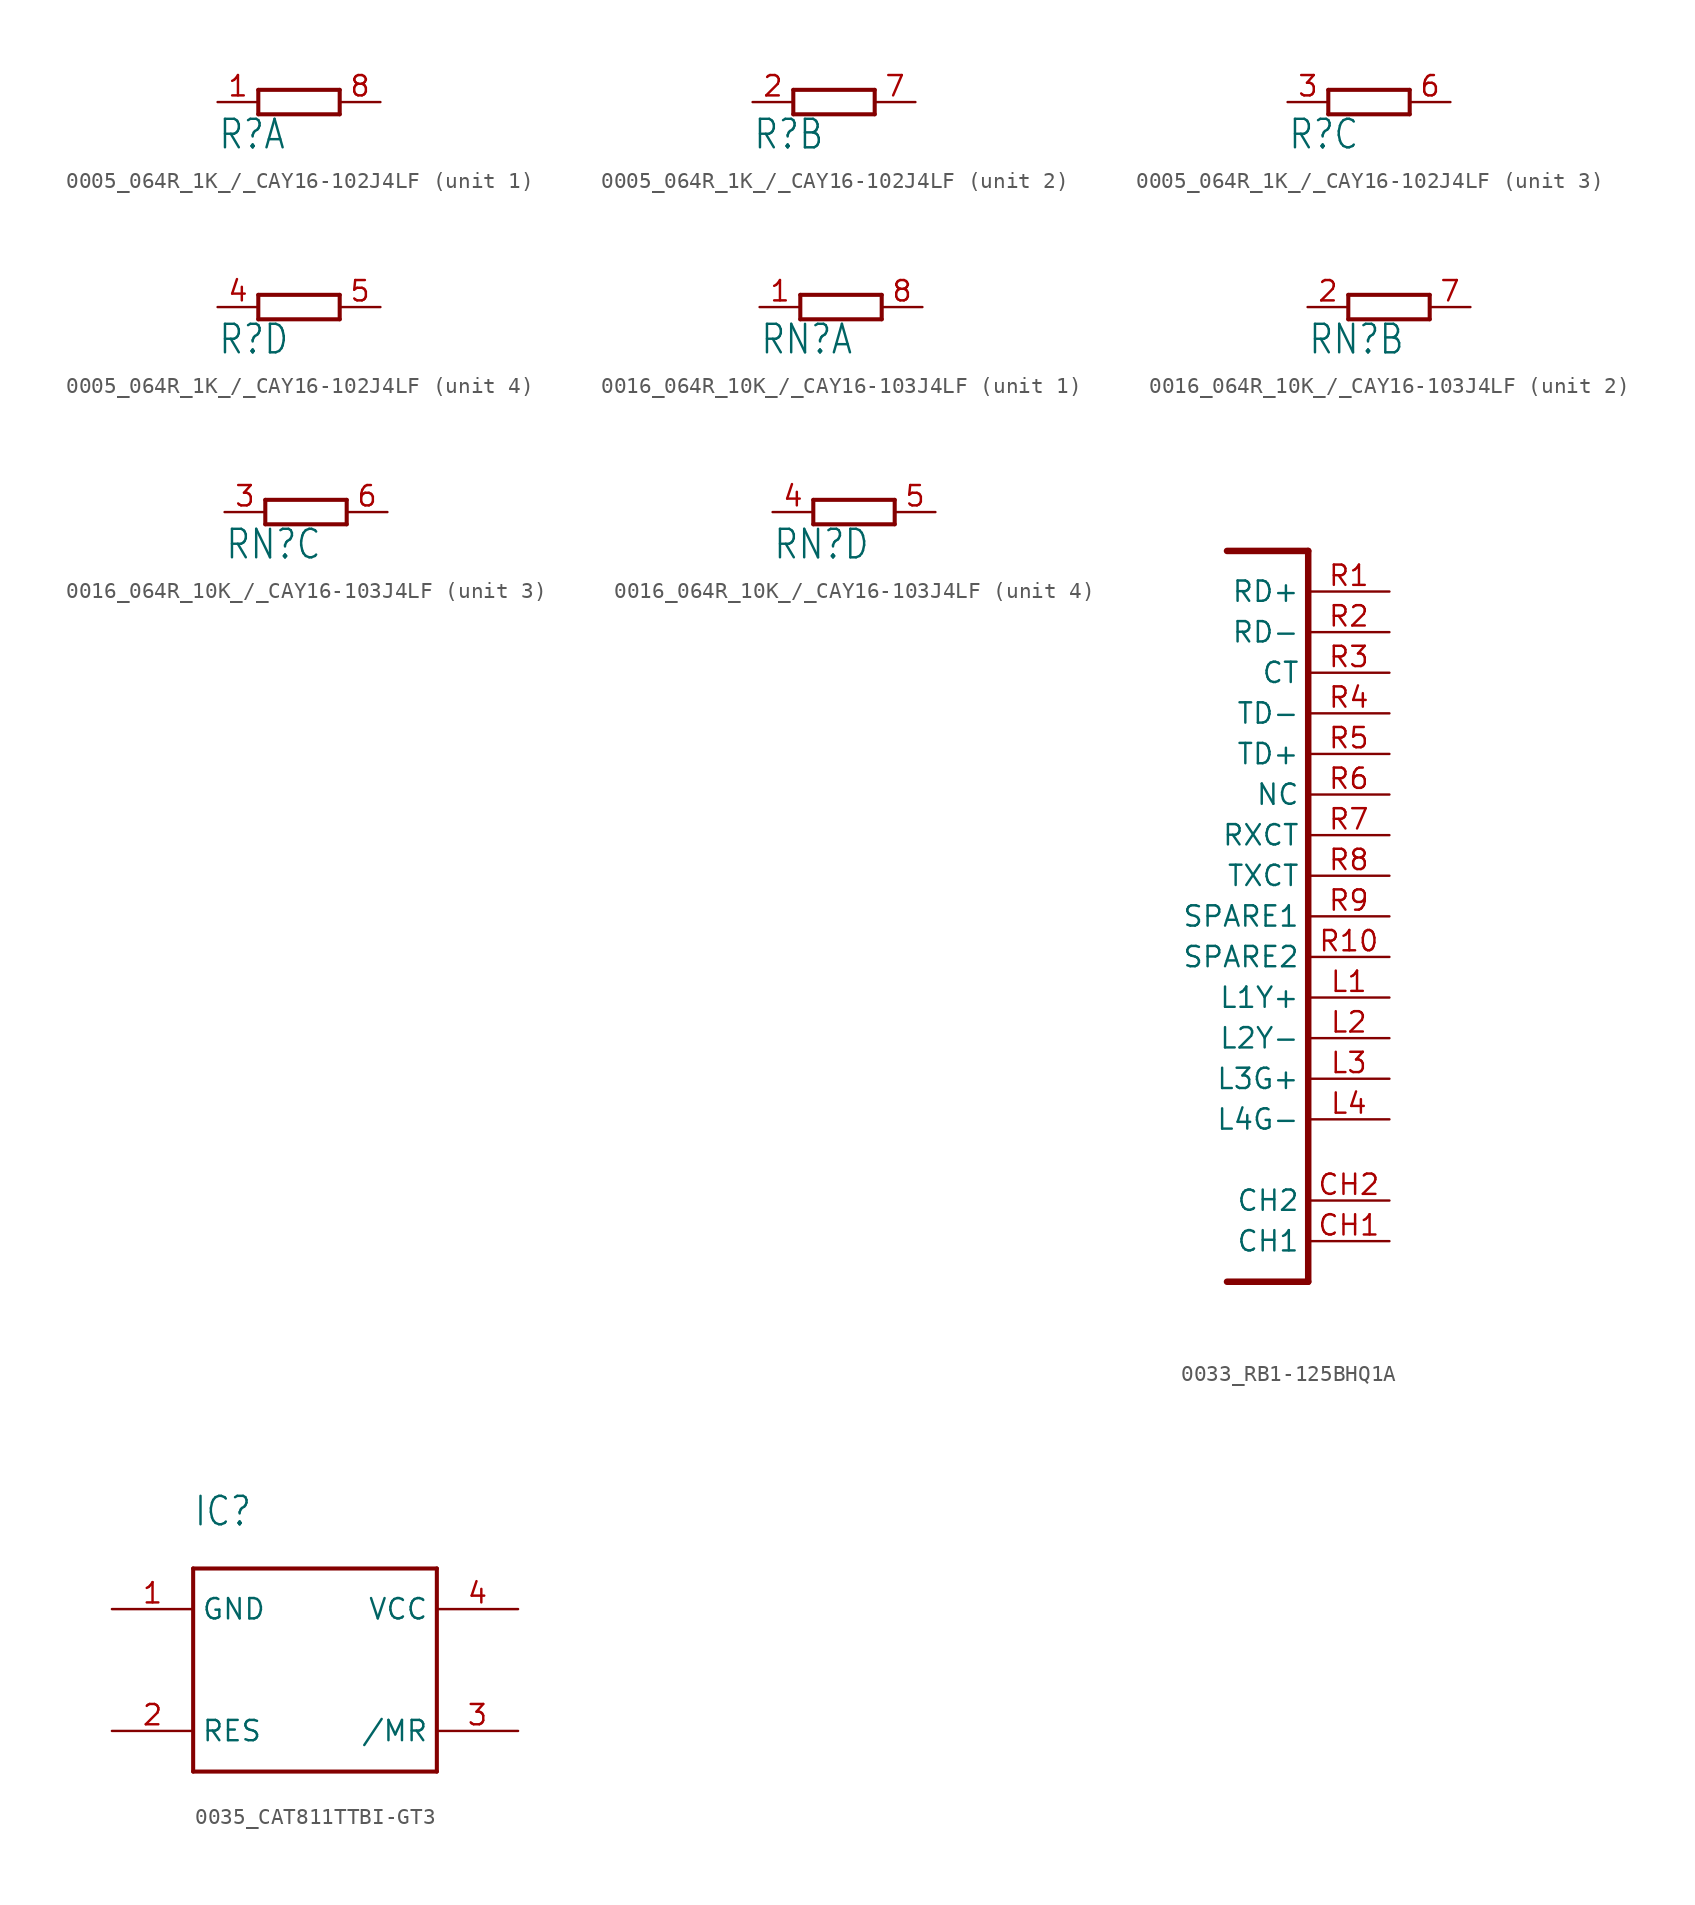
<source format=kicad_sym>
(kicad_symbol_lib
  (version 20220914)
  (generator kicad_symbol_editor)
  (symbol "0005_064R_1K_/_CAY16-102J4LF"
    (property "Reference" "R"
      (at -5.08 -3.048 0)
      (effects (font (size 1.778 1.511)) (justify left bottom)))
    (property "Value" ""
      (at 2.54 -3.048 0)
      (effects (font (size 1.778 1.511)) (justify left bottom)))
    (property "ki_locked" ""
      (at 0 0 0)
      (effects (font (size 1.27 1.27))))
    (symbol "0005_064R_1K_/_CAY16-102J4LF_1_0"
      (polyline (pts (xy -2.54 -0.762) (xy 2.54 -0.762)) (stroke (width 0.254) (type solid)) (fill (type none)))
      (polyline (pts (xy -2.54 0.762) (xy -2.54 -0.762)) (stroke (width 0.254) (type solid)) (fill (type none)))
      (polyline (pts (xy 2.54 -0.762) (xy 2.54 0.762)) (stroke (width 0.254) (type solid)) (fill (type none)))
      (polyline (pts (xy 2.54 0.762) (xy -2.54 0.762)) (stroke (width 0.254) (type solid)) (fill (type none)))
      (pin passive line (at -5.08 0 0) (length 2.54) (name "1" (effects (font (size 0 0)))) (number "1" (effects (font (size 1.27 1.27)))))
      (pin passive line (at 5.08 0 180) (length 2.54) (name "2" (effects (font (size 0 0)))) (number "8" (effects (font (size 1.27 1.27))))))
    (symbol "0005_064R_1K_/_CAY16-102J4LF_2_0"
      (polyline (pts (xy -2.54 -0.762) (xy 2.54 -0.762)) (stroke (width 0.254) (type solid)) (fill (type none)))
      (polyline (pts (xy -2.54 0.762) (xy -2.54 -0.762)) (stroke (width 0.254) (type solid)) (fill (type none)))
      (polyline (pts (xy 2.54 -0.762) (xy 2.54 0.762)) (stroke (width 0.254) (type solid)) (fill (type none)))
      (polyline (pts (xy 2.54 0.762) (xy -2.54 0.762)) (stroke (width 0.254) (type solid)) (fill (type none)))
      (pin passive line (at -5.08 0 0) (length 2.54) (name "1" (effects (font (size 0 0)))) (number "2" (effects (font (size 1.27 1.27)))))
      (pin passive line (at 5.08 0 180) (length 2.54) (name "2" (effects (font (size 0 0)))) (number "7" (effects (font (size 1.27 1.27))))))
    (symbol "0005_064R_1K_/_CAY16-102J4LF_3_0"
      (polyline (pts (xy -2.54 -0.762) (xy 2.54 -0.762)) (stroke (width 0.254) (type solid)) (fill (type none)))
      (polyline (pts (xy -2.54 0.762) (xy -2.54 -0.762)) (stroke (width 0.254) (type solid)) (fill (type none)))
      (polyline (pts (xy 2.54 -0.762) (xy 2.54 0.762)) (stroke (width 0.254) (type solid)) (fill (type none)))
      (polyline (pts (xy 2.54 0.762) (xy -2.54 0.762)) (stroke (width 0.254) (type solid)) (fill (type none)))
      (pin passive line (at -5.08 0 0) (length 2.54) (name "1" (effects (font (size 0 0)))) (number "3" (effects (font (size 1.27 1.27)))))
      (pin passive line (at 5.08 0 180) (length 2.54) (name "2" (effects (font (size 0 0)))) (number "6" (effects (font (size 1.27 1.27))))))
    (symbol "0005_064R_1K_/_CAY16-102J4LF_4_0"
      (polyline (pts (xy -2.54 -0.762) (xy 2.54 -0.762)) (stroke (width 0.254) (type solid)) (fill (type none)))
      (polyline (pts (xy -2.54 0.762) (xy -2.54 -0.762)) (stroke (width 0.254) (type solid)) (fill (type none)))
      (polyline (pts (xy 2.54 -0.762) (xy 2.54 0.762)) (stroke (width 0.254) (type solid)) (fill (type none)))
      (polyline (pts (xy 2.54 0.762) (xy -2.54 0.762)) (stroke (width 0.254) (type solid)) (fill (type none)))
      (pin passive line (at -5.08 0 0) (length 2.54) (name "1" (effects (font (size 0 0)))) (number "4" (effects (font (size 1.27 1.27)))))
      (pin passive line (at 5.08 0 180) (length 2.54) (name "2" (effects (font (size 0 0)))) (number "5" (effects (font (size 1.27 1.27)))))))
  (symbol "0016_064R_10K_/_CAY16-103J4LF"
    (property "Reference" "RN"
      (at -5.08 -3.048 0)
      (effects (font (size 1.778 1.511)) (justify left bottom)))
    (property "Value" ""
      (at 2.54 -3.048 0)
      (effects (font (size 1.778 1.511)) (justify left bottom)))
    (property "ki_locked" ""
      (at 0 0 0)
      (effects (font (size 1.27 1.27))))
    (symbol "0016_064R_10K_/_CAY16-103J4LF_1_0"
      (polyline (pts (xy -2.54 -0.762) (xy 2.54 -0.762)) (stroke (width 0.254) (type solid)) (fill (type none)))
      (polyline (pts (xy -2.54 0.762) (xy -2.54 -0.762)) (stroke (width 0.254) (type solid)) (fill (type none)))
      (polyline (pts (xy 2.54 -0.762) (xy 2.54 0.762)) (stroke (width 0.254) (type solid)) (fill (type none)))
      (polyline (pts (xy 2.54 0.762) (xy -2.54 0.762)) (stroke (width 0.254) (type solid)) (fill (type none)))
      (pin passive line (at -5.08 0 0) (length 2.54) (name "1" (effects (font (size 0 0)))) (number "1" (effects (font (size 1.27 1.27)))))
      (pin passive line (at 5.08 0 180) (length 2.54) (name "2" (effects (font (size 0 0)))) (number "8" (effects (font (size 1.27 1.27))))))
    (symbol "0016_064R_10K_/_CAY16-103J4LF_2_0"
      (polyline (pts (xy -2.54 -0.762) (xy 2.54 -0.762)) (stroke (width 0.254) (type solid)) (fill (type none)))
      (polyline (pts (xy -2.54 0.762) (xy -2.54 -0.762)) (stroke (width 0.254) (type solid)) (fill (type none)))
      (polyline (pts (xy 2.54 -0.762) (xy 2.54 0.762)) (stroke (width 0.254) (type solid)) (fill (type none)))
      (polyline (pts (xy 2.54 0.762) (xy -2.54 0.762)) (stroke (width 0.254) (type solid)) (fill (type none)))
      (pin passive line (at -5.08 0 0) (length 2.54) (name "1" (effects (font (size 0 0)))) (number "2" (effects (font (size 1.27 1.27)))))
      (pin passive line (at 5.08 0 180) (length 2.54) (name "2" (effects (font (size 0 0)))) (number "7" (effects (font (size 1.27 1.27))))))
    (symbol "0016_064R_10K_/_CAY16-103J4LF_3_0"
      (polyline (pts (xy -2.54 -0.762) (xy 2.54 -0.762)) (stroke (width 0.254) (type solid)) (fill (type none)))
      (polyline (pts (xy -2.54 0.762) (xy -2.54 -0.762)) (stroke (width 0.254) (type solid)) (fill (type none)))
      (polyline (pts (xy 2.54 -0.762) (xy 2.54 0.762)) (stroke (width 0.254) (type solid)) (fill (type none)))
      (polyline (pts (xy 2.54 0.762) (xy -2.54 0.762)) (stroke (width 0.254) (type solid)) (fill (type none)))
      (pin passive line (at -5.08 0 0) (length 2.54) (name "1" (effects (font (size 0 0)))) (number "3" (effects (font (size 1.27 1.27)))))
      (pin passive line (at 5.08 0 180) (length 2.54) (name "2" (effects (font (size 0 0)))) (number "6" (effects (font (size 1.27 1.27))))))
    (symbol "0016_064R_10K_/_CAY16-103J4LF_4_0"
      (polyline (pts (xy -2.54 -0.762) (xy 2.54 -0.762)) (stroke (width 0.254) (type solid)) (fill (type none)))
      (polyline (pts (xy -2.54 0.762) (xy -2.54 -0.762)) (stroke (width 0.254) (type solid)) (fill (type none)))
      (polyline (pts (xy 2.54 -0.762) (xy 2.54 0.762)) (stroke (width 0.254) (type solid)) (fill (type none)))
      (polyline (pts (xy 2.54 0.762) (xy -2.54 0.762)) (stroke (width 0.254) (type solid)) (fill (type none)))
      (pin passive line (at -5.08 0 0) (length 2.54) (name "1" (effects (font (size 0 0)))) (number "4" (effects (font (size 1.27 1.27)))))
      (pin passive line (at 5.08 0 180) (length 2.54) (name "2" (effects (font (size 0 0)))) (number "5" (effects (font (size 1.27 1.27)))))))
  (symbol "0033_RB1-125BHQ1A"
    (property "Reference" "ETH"
      (at 0 0 0)
      (effects (font (size 1.27 1.27)) hide))
    (property "ki_locked" ""
      (at 0 0 0)
      (effects (font (size 1.27 1.27))))
    (symbol "0033_RB1-125BHQ1A_1_0"
      (polyline (pts (xy -5.08 22.86) (xy 0 22.86)) (stroke (width 0.406) (type solid)) (fill (type none)))
      (polyline (pts (xy 0 -22.86) (xy -5.08 -22.86)) (stroke (width 0.406) (type solid)) (fill (type none)))
      (polyline (pts (xy 0 22.86) (xy 0 -22.86)) (stroke (width 0.406) (type solid)) (fill (type none)))
      (pin bidirectional line (at 5.08 -20.32 180) (length 5.08) (name "CH1" (effects (font (size 1.27 1.27)))) (number "CH1" (effects (font (size 1.27 1.27)))))
      (pin bidirectional line (at 5.08 -17.78 180) (length 5.08) (name "CH2" (effects (font (size 1.27 1.27)))) (number "CH2" (effects (font (size 1.27 1.27)))))
      (pin bidirectional line (at 5.08 -5.08 180) (length 5.08) (name "L1Y+" (effects (font (size 1.27 1.27)))) (number "L1" (effects (font (size 1.27 1.27)))))
      (pin bidirectional line (at 5.08 -7.62 180) (length 5.08) (name "L2Y-" (effects (font (size 1.27 1.27)))) (number "L2" (effects (font (size 1.27 1.27)))))
      (pin bidirectional line (at 5.08 -10.16 180) (length 5.08) (name "L3G+" (effects (font (size 1.27 1.27)))) (number "L3" (effects (font (size 1.27 1.27)))))
      (pin bidirectional line (at 5.08 -12.7 180) (length 5.08) (name "L4G-" (effects (font (size 1.27 1.27)))) (number "L4" (effects (font (size 1.27 1.27)))))
      (pin bidirectional line (at 5.08 20.32 180) (length 5.08) (name "RD+" (effects (font (size 1.27 1.27)))) (number "R1" (effects (font (size 1.27 1.27)))))
      (pin bidirectional line (at 5.08 -2.54 180) (length 5.08) (name "SPARE2" (effects (font (size 1.27 1.27)))) (number "R10" (effects (font (size 1.27 1.27)))))
      (pin bidirectional line (at 5.08 17.78 180) (length 5.08) (name "RD-" (effects (font (size 1.27 1.27)))) (number "R2" (effects (font (size 1.27 1.27)))))
      (pin bidirectional line (at 5.08 15.24 180) (length 5.08) (name "CT" (effects (font (size 1.27 1.27)))) (number "R3" (effects (font (size 1.27 1.27)))))
      (pin bidirectional line (at 5.08 12.7 180) (length 5.08) (name "TD-" (effects (font (size 1.27 1.27)))) (number "R4" (effects (font (size 1.27 1.27)))))
      (pin bidirectional line (at 5.08 10.16 180) (length 5.08) (name "TD+" (effects (font (size 1.27 1.27)))) (number "R5" (effects (font (size 1.27 1.27)))))
      (pin bidirectional line (at 5.08 7.62 180) (length 5.08) (name "NC" (effects (font (size 1.27 1.27)))) (number "R6" (effects (font (size 1.27 1.27)))))
      (pin bidirectional line (at 5.08 5.08 180) (length 5.08) (name "RXCT" (effects (font (size 1.27 1.27)))) (number "R7" (effects (font (size 1.27 1.27)))))
      (pin bidirectional line (at 5.08 2.54 180) (length 5.08) (name "TXCT" (effects (font (size 1.27 1.27)))) (number "R8" (effects (font (size 1.27 1.27)))))
      (pin bidirectional line (at 5.08 0 180) (length 5.08) (name "SPARE1" (effects (font (size 1.27 1.27)))) (number "R9" (effects (font (size 1.27 1.27)))))))
  (symbol "0035_CAT811TTBI-GT3"
    (property "Reference" "IC"
      (at 0 5.08 0)
      (effects (font (size 1.778 1.511)) (justify left bottom)))
    (property "Value" ""
      (at 0 2.54 0)
      (effects (font (size 1.778 1.511)) (justify left bottom)))
    (property "ki_locked" ""
      (at 0 0 0)
      (effects (font (size 1.27 1.27))))
    (symbol "0035_CAT811TTBI-GT3_1_0"
      (polyline (pts (xy 0 -10.16) (xy 15.24 -10.16)) (stroke (width 0.254) (type solid)) (fill (type none)))
      (polyline (pts (xy 0 2.54) (xy 0 -10.16)) (stroke (width 0.254) (type solid)) (fill (type none)))
      (polyline (pts (xy 15.24 -10.16) (xy 15.24 2.54)) (stroke (width 0.254) (type solid)) (fill (type none)))
      (polyline (pts (xy 15.24 2.54) (xy 0 2.54)) (stroke (width 0.254) (type solid)) (fill (type none)))
      (pin power_in line (at -5.08 0 0) (length 5.08) (name "GND" (effects (font (size 1.27 1.27)))) (number "1" (effects (font (size 1.27 1.27)))))
      (pin output line (at -5.08 -7.62 0) (length 5.08) (name "RES" (effects (font (size 1.27 1.27)))) (number "2" (effects (font (size 1.27 1.27)))))
      (pin input line (at 20.32 -7.62 180) (length 5.08) (name "/MR" (effects (font (size 1.27 1.27)))) (number "3" (effects (font (size 1.27 1.27)))))
      (pin power_in line (at 20.32 0 180) (length 5.08) (name "VCC" (effects (font (size 1.27 1.27)))) (number "4" (effects (font (size 1.27 1.27))))))))
</source>
